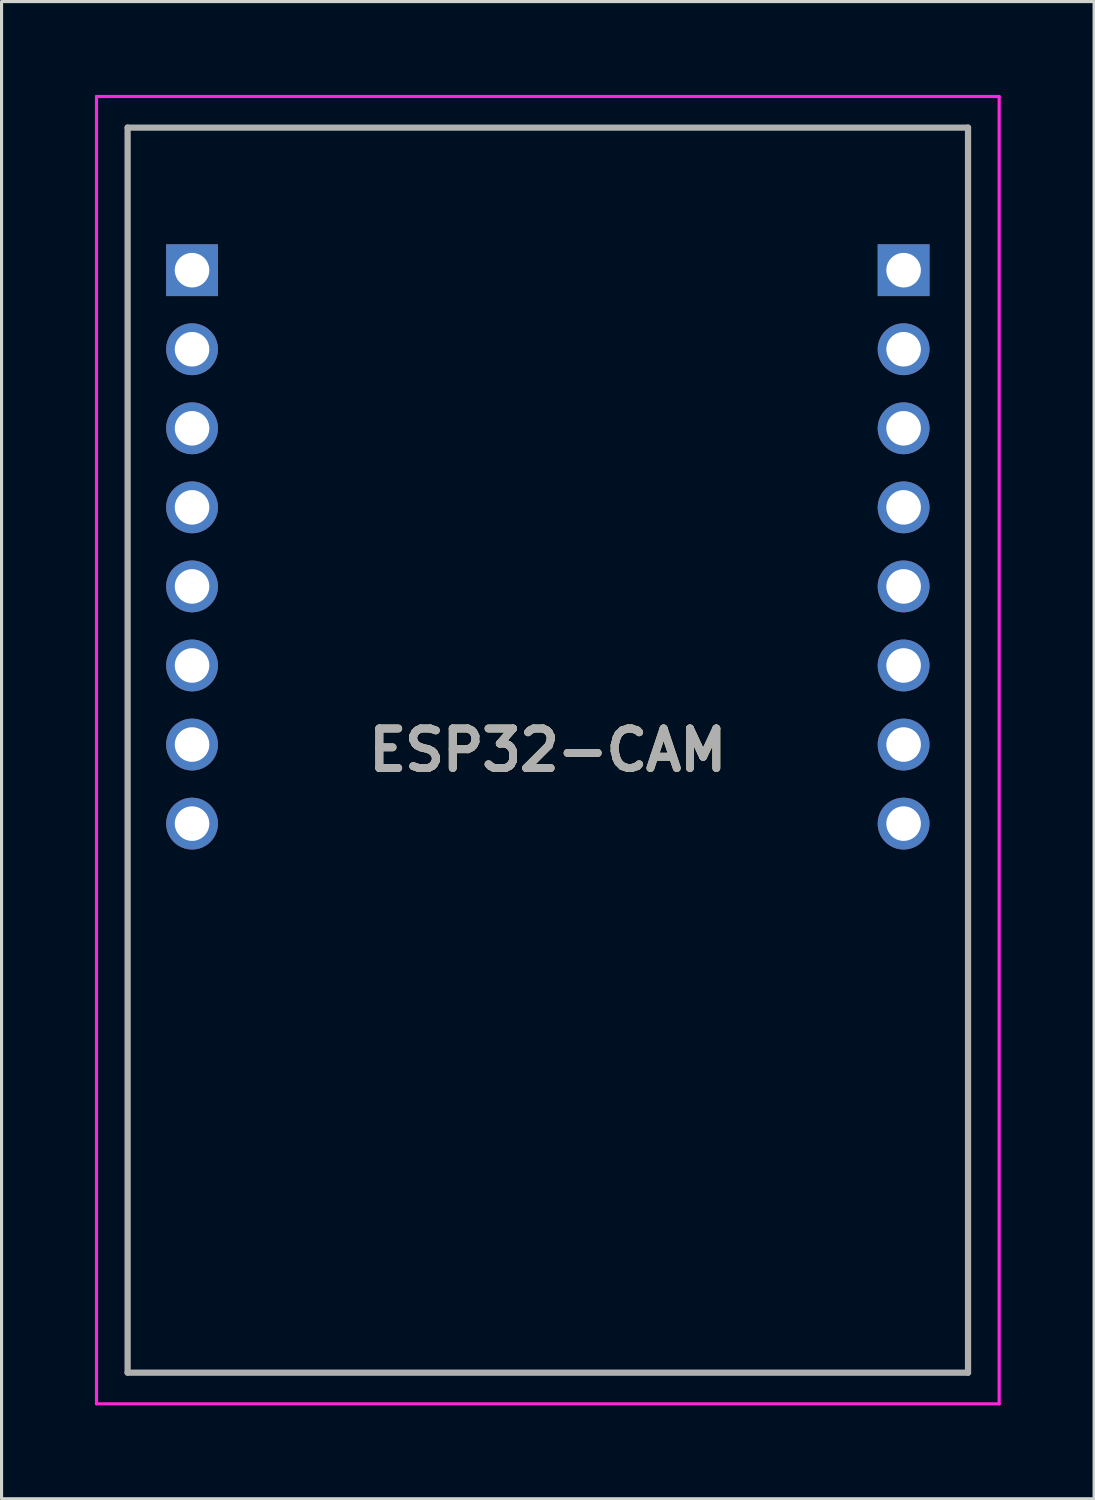
<source format=kicad_pcb>
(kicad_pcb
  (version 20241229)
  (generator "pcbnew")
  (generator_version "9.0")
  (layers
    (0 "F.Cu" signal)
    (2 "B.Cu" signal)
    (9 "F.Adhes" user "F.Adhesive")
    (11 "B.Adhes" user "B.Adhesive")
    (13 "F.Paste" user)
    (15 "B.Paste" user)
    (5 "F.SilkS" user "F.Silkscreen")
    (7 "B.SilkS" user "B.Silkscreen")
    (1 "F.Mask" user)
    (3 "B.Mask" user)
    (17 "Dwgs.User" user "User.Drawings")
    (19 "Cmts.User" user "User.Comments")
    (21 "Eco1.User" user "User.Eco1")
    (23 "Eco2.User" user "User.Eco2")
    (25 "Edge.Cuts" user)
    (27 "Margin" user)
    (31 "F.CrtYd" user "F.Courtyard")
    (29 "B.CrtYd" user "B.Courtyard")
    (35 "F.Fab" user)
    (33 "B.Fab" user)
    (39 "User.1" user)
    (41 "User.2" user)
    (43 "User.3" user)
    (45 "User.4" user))
  (footprint "ESP32-CAM"
    (layer "F.Cu")
    (at 3.12 5.63)
    (property "Reference" "ESP32-CAM" (at 11.43 15.42 0) (layer "F.SilkS") (effects (font (size 1.27 1.27) (thickness 0.254))))
    (attr through_hole)
    (fp_line (start -2.07 -4.58) (end 24.93 -4.58) (stroke (width 0.1) (type solid)) (layer "F.SilkS"))
    (fp_line (start -2.07 35.42) (end -2.07 -4.58) (stroke (width 0.1) (type solid)) (layer "F.SilkS"))
    (fp_line (start 24.93 -4.58) (end 24.93 35.42) (stroke (width 0.1) (type solid)) (layer "F.SilkS"))
    (fp_line (start 24.93 35.42) (end -2.07 35.42) (stroke (width 0.1) (type solid)) (layer "F.SilkS"))
    (fp_line (start -3.07 -5.58) (end 25.93 -5.58) (stroke (width 0.1) (type solid)) (layer "F.CrtYd"))
    (fp_line (start -3.07 36.42) (end -3.07 -5.58) (stroke (width 0.1) (type solid)) (layer "F.CrtYd"))
    (fp_line (start 25.93 -5.58) (end 25.93 36.42) (stroke (width 0.1) (type solid)) (layer "F.CrtYd"))
    (fp_line (start 25.93 36.42) (end -3.07 36.42) (stroke (width 0.1) (type solid)) (layer "F.CrtYd"))
    (fp_line (start -2.07 -4.58) (end 24.93 -4.58) (stroke (width 0.2) (type solid)) (layer "F.Fab"))
    (fp_line (start -2.07 35.42) (end -2.07 -4.58) (stroke (width 0.2) (type solid)) (layer "F.Fab"))
    (fp_line (start 24.93 -4.58) (end 24.93 35.42) (stroke (width 0.2) (type solid)) (layer "F.Fab"))
    (fp_line (start 24.93 35.42) (end -2.07 35.42) (stroke (width 0.2) (type solid)) (layer "F.Fab"))
    (fp_text user "${REFERENCE}" (at 11.43 15.42 0) (layer "F.Fab") (effects (font (size 1.27 1.27) (thickness 0.254))))
    (pad "1" thru_hole rect (at 0 0) (size 1.665 1.665) (drill 1.11) (layers "*.Cu" "*.Mask"))
    (pad "2" thru_hole circle (at 0 2.54) (size 1.665 1.665) (drill 1.11) (layers "*.Cu" "*.Mask"))
    (pad "3" thru_hole circle (at 0 5.08) (size 1.665 1.665) (drill 1.11) (layers "*.Cu" "*.Mask"))
    (pad "4" thru_hole circle (at 0 7.62) (size 1.665 1.665) (drill 1.11) (layers "*.Cu" "*.Mask"))
    (pad "5" thru_hole circle (at 0 10.16) (size 1.665 1.665) (drill 1.11) (layers "*.Cu" "*.Mask"))
    (pad "6" thru_hole circle (at 0 12.7) (size 1.665 1.665) (drill 1.11) (layers "*.Cu" "*.Mask"))
    (pad "7" thru_hole circle (at 0 15.24) (size 1.665 1.665) (drill 1.11) (layers "*.Cu" "*.Mask"))
    (pad "8" thru_hole circle (at 0 17.78) (size 1.665 1.665) (drill 1.11) (layers "*.Cu" "*.Mask"))
    (pad "9" thru_hole rect (at 22.86 0) (size 1.665 1.665) (drill 1.11) (layers "*.Cu" "*.Mask"))
    (pad "10" thru_hole circle (at 22.86 2.54) (size 1.665 1.665) (drill 1.11) (layers "*.Cu" "*.Mask"))
    (pad "11" thru_hole circle (at 22.86 5.08) (size 1.665 1.665) (drill 1.11) (layers "*.Cu" "*.Mask"))
    (pad "12" thru_hole circle (at 22.86 7.62) (size 1.665 1.665) (drill 1.11) (layers "*.Cu" "*.Mask"))
    (pad "13" thru_hole circle (at 22.86 10.16) (size 1.665 1.665) (drill 1.11) (layers "*.Cu" "*.Mask"))
    (pad "14" thru_hole circle (at 22.86 12.7) (size 1.665 1.665) (drill 1.11) (layers "*.Cu" "*.Mask"))
    (pad "15" thru_hole circle (at 22.86 15.24) (size 1.665 1.665) (drill 1.11) (layers "*.Cu" "*.Mask"))
    (pad "16" thru_hole circle (at 22.86 17.78) (size 1.665 1.665) (drill 1.11) (layers "*.Cu" "*.Mask")))
  (gr_rect
    (start -3 -3)
    (end 32.1 45.1)
    (stroke (width 0.1) (type default))
    (fill no)
    (layer "Edge.Cuts")))
</source>
